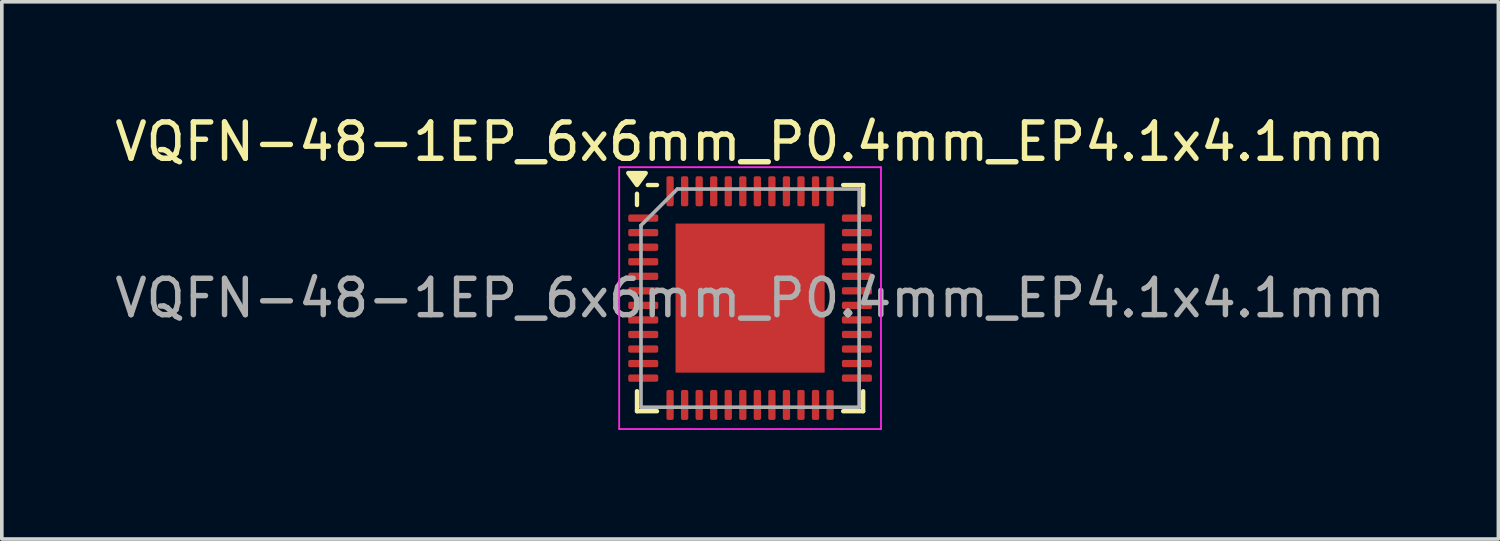
<source format=kicad_pcb>
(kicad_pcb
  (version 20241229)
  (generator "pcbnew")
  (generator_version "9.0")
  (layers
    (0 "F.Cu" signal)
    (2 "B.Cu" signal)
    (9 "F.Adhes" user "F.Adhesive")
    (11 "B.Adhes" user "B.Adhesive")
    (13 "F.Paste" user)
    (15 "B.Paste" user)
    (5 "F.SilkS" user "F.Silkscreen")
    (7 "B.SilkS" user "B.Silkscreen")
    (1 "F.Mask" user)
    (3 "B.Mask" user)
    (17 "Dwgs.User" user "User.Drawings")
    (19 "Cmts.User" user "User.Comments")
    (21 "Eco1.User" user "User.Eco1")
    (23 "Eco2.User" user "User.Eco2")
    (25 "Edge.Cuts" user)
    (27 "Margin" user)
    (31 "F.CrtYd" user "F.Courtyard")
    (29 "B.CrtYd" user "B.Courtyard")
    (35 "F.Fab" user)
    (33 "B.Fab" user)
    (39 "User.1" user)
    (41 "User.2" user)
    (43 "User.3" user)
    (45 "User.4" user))
  (footprint "VQFN-48-1EP_6x6mm_P0.4mm_EP4.1x4.1mm"
    (layer "F.Cu")
    (at 17.577 5.148)
    (property "Reference" "VQFN-48-1EP_6x6mm_P0.4mm_EP4.1x4.1mm" (at 0 -4.3 0) (layer "F.SilkS") (effects (font (size 1 1) (thickness 0.15))))
    (attr smd)
    (fp_line (start -3.11 -2.56) (end -3.11 -2.87) (stroke (width 0.12) (type solid)) (layer "F.SilkS"))
    (fp_line (start -3.11 3.11) (end -3.11 2.56) (stroke (width 0.12) (type solid)) (layer "F.SilkS"))
    (fp_line (start -2.56 -3.11) (end -2.81 -3.11) (stroke (width 0.12) (type solid)) (layer "F.SilkS"))
    (fp_line (start -2.56 3.11) (end -3.11 3.11) (stroke (width 0.12) (type solid)) (layer "F.SilkS"))
    (fp_line (start 2.56 -3.11) (end 3.11 -3.11) (stroke (width 0.12) (type solid)) (layer "F.SilkS"))
    (fp_line (start 2.56 3.11) (end 3.11 3.11) (stroke (width 0.12) (type solid)) (layer "F.SilkS"))
    (fp_line (start 3.11 -3.11) (end 3.11 -2.56) (stroke (width 0.12) (type solid)) (layer "F.SilkS"))
    (fp_line (start 3.11 3.11) (end 3.11 2.56) (stroke (width 0.12) (type solid)) (layer "F.SilkS"))
    (fp_poly (pts (xy -3.11 -3.11) (xy -3.35 -3.44) (xy -2.87 -3.44) (xy -3.11 -3.11)) (stroke (width 0.12) (type solid)) (fill yes) (layer "F.SilkS"))
    (fp_line (start -3.6 -3.6) (end -3.6 3.6) (stroke (width 0.05) (type solid)) (layer "F.CrtYd"))
    (fp_line (start -3.6 3.6) (end 3.6 3.6) (stroke (width 0.05) (type solid)) (layer "F.CrtYd"))
    (fp_line (start 3.6 -3.6) (end -3.6 -3.6) (stroke (width 0.05) (type solid)) (layer "F.CrtYd"))
    (fp_line (start 3.6 3.6) (end 3.6 -3.6) (stroke (width 0.05) (type solid)) (layer "F.CrtYd"))
    (fp_line (start -3 -2) (end -2 -3) (stroke (width 0.1) (type solid)) (layer "F.Fab"))
    (fp_line (start -3 3) (end -3 -2) (stroke (width 0.1) (type solid)) (layer "F.Fab"))
    (fp_line (start -2 -3) (end 3 -3) (stroke (width 0.1) (type solid)) (layer "F.Fab"))
    (fp_line (start 3 -3) (end 3 3) (stroke (width 0.1) (type solid)) (layer "F.Fab"))
    (fp_line (start 3 3) (end -3 3) (stroke (width 0.1) (type solid)) (layer "F.Fab"))
    (fp_text user "${REFERENCE}" (at 0 0 0) (layer "F.Fab") (effects (font (size 1 1) (thickness 0.15))))
    (pad "" smd roundrect (at -1.37 -1.37) (size 1.1 1.1) (layers "F.Paste") (roundrect_rratio 0.227))
    (pad "" smd roundrect (at -1.37 0) (size 1.1 1.1) (layers "F.Paste") (roundrect_rratio 0.227))
    (pad "" smd roundrect (at -1.37 1.37) (size 1.1 1.1) (layers "F.Paste") (roundrect_rratio 0.227))
    (pad "" smd roundrect (at 0 -1.37) (size 1.1 1.1) (layers "F.Paste") (roundrect_rratio 0.227))
    (pad "" smd roundrect (at 0 0) (size 1.1 1.1) (layers "F.Paste") (roundrect_rratio 0.227))
    (pad "" smd roundrect (at 0 1.37) (size 1.1 1.1) (layers "F.Paste") (roundrect_rratio 0.227))
    (pad "" smd roundrect (at 1.37 -1.37) (size 1.1 1.1) (layers "F.Paste") (roundrect_rratio 0.227))
    (pad "" smd roundrect (at 1.37 0) (size 1.1 1.1) (layers "F.Paste") (roundrect_rratio 0.227))
    (pad "" smd roundrect (at 1.37 1.37) (size 1.1 1.1) (layers "F.Paste") (roundrect_rratio 0.227))
    (pad "1" smd roundrect (at -2.938 -2.2) (size 0.825 0.2) (layers "F.Cu" "F.Mask" "F.Paste") (roundrect_rratio 0.25))
    (pad "2" smd roundrect (at -2.938 -1.8) (size 0.825 0.2) (layers "F.Cu" "F.Mask" "F.Paste") (roundrect_rratio 0.25))
    (pad "3" smd roundrect (at -2.938 -1.4) (size 0.825 0.2) (layers "F.Cu" "F.Mask" "F.Paste") (roundrect_rratio 0.25))
    (pad "4" smd roundrect (at -2.938 -1) (size 0.825 0.2) (layers "F.Cu" "F.Mask" "F.Paste") (roundrect_rratio 0.25))
    (pad "5" smd roundrect (at -2.938 -0.6) (size 0.825 0.2) (layers "F.Cu" "F.Mask" "F.Paste") (roundrect_rratio 0.25))
    (pad "6" smd roundrect (at -2.938 -0.2) (size 0.825 0.2) (layers "F.Cu" "F.Mask" "F.Paste") (roundrect_rratio 0.25))
    (pad "7" smd roundrect (at -2.938 0.2) (size 0.825 0.2) (layers "F.Cu" "F.Mask" "F.Paste") (roundrect_rratio 0.25))
    (pad "8" smd roundrect (at -2.938 0.6) (size 0.825 0.2) (layers "F.Cu" "F.Mask" "F.Paste") (roundrect_rratio 0.25))
    (pad "9" smd roundrect (at -2.938 1) (size 0.825 0.2) (layers "F.Cu" "F.Mask" "F.Paste") (roundrect_rratio 0.25))
    (pad "10" smd roundrect (at -2.938 1.4) (size 0.825 0.2) (layers "F.Cu" "F.Mask" "F.Paste") (roundrect_rratio 0.25))
    (pad "11" smd roundrect (at -2.938 1.8) (size 0.825 0.2) (layers "F.Cu" "F.Mask" "F.Paste") (roundrect_rratio 0.25))
    (pad "12" smd roundrect (at -2.938 2.2) (size 0.825 0.2) (layers "F.Cu" "F.Mask" "F.Paste") (roundrect_rratio 0.25))
    (pad "13" smd roundrect (at -2.2 2.938) (size 0.2 0.825) (layers "F.Cu" "F.Mask" "F.Paste") (roundrect_rratio 0.25))
    (pad "14" smd roundrect (at -1.8 2.938) (size 0.2 0.825) (layers "F.Cu" "F.Mask" "F.Paste") (roundrect_rratio 0.25))
    (pad "15" smd roundrect (at -1.4 2.938) (size 0.2 0.825) (layers "F.Cu" "F.Mask" "F.Paste") (roundrect_rratio 0.25))
    (pad "16" smd roundrect (at -1 2.938) (size 0.2 0.825) (layers "F.Cu" "F.Mask" "F.Paste") (roundrect_rratio 0.25))
    (pad "17" smd roundrect (at -0.6 2.938) (size 0.2 0.825) (layers "F.Cu" "F.Mask" "F.Paste") (roundrect_rratio 0.25))
    (pad "18" smd roundrect (at -0.2 2.938) (size 0.2 0.825) (layers "F.Cu" "F.Mask" "F.Paste") (roundrect_rratio 0.25))
    (pad "19" smd roundrect (at 0.2 2.938) (size 0.2 0.825) (layers "F.Cu" "F.Mask" "F.Paste") (roundrect_rratio 0.25))
    (pad "20" smd roundrect (at 0.6 2.938) (size 0.2 0.825) (layers "F.Cu" "F.Mask" "F.Paste") (roundrect_rratio 0.25))
    (pad "21" smd roundrect (at 1 2.938) (size 0.2 0.825) (layers "F.Cu" "F.Mask" "F.Paste") (roundrect_rratio 0.25))
    (pad "22" smd roundrect (at 1.4 2.938) (size 0.2 0.825) (layers "F.Cu" "F.Mask" "F.Paste") (roundrect_rratio 0.25))
    (pad "23" smd roundrect (at 1.8 2.938) (size 0.2 0.825) (layers "F.Cu" "F.Mask" "F.Paste") (roundrect_rratio 0.25))
    (pad "24" smd roundrect (at 2.2 2.938) (size 0.2 0.825) (layers "F.Cu" "F.Mask" "F.Paste") (roundrect_rratio 0.25))
    (pad "25" smd roundrect (at 2.938 2.2) (size 0.825 0.2) (layers "F.Cu" "F.Mask" "F.Paste") (roundrect_rratio 0.25))
    (pad "26" smd roundrect (at 2.938 1.8) (size 0.825 0.2) (layers "F.Cu" "F.Mask" "F.Paste") (roundrect_rratio 0.25))
    (pad "27" smd roundrect (at 2.938 1.4) (size 0.825 0.2) (layers "F.Cu" "F.Mask" "F.Paste") (roundrect_rratio 0.25))
    (pad "28" smd roundrect (at 2.938 1) (size 0.825 0.2) (layers "F.Cu" "F.Mask" "F.Paste") (roundrect_rratio 0.25))
    (pad "29" smd roundrect (at 2.938 0.6) (size 0.825 0.2) (layers "F.Cu" "F.Mask" "F.Paste") (roundrect_rratio 0.25))
    (pad "30" smd roundrect (at 2.938 0.2) (size 0.825 0.2) (layers "F.Cu" "F.Mask" "F.Paste") (roundrect_rratio 0.25))
    (pad "31" smd roundrect (at 2.938 -0.2) (size 0.825 0.2) (layers "F.Cu" "F.Mask" "F.Paste") (roundrect_rratio 0.25))
    (pad "32" smd roundrect (at 2.938 -0.6) (size 0.825 0.2) (layers "F.Cu" "F.Mask" "F.Paste") (roundrect_rratio 0.25))
    (pad "33" smd roundrect (at 2.938 -1) (size 0.825 0.2) (layers "F.Cu" "F.Mask" "F.Paste") (roundrect_rratio 0.25))
    (pad "34" smd roundrect (at 2.938 -1.4) (size 0.825 0.2) (layers "F.Cu" "F.Mask" "F.Paste") (roundrect_rratio 0.25))
    (pad "35" smd roundrect (at 2.938 -1.8) (size 0.825 0.2) (layers "F.Cu" "F.Mask" "F.Paste") (roundrect_rratio 0.25))
    (pad "36" smd roundrect (at 2.938 -2.2) (size 0.825 0.2) (layers "F.Cu" "F.Mask" "F.Paste") (roundrect_rratio 0.25))
    (pad "37" smd roundrect (at 2.2 -2.938) (size 0.2 0.825) (layers "F.Cu" "F.Mask" "F.Paste") (roundrect_rratio 0.25))
    (pad "38" smd roundrect (at 1.8 -2.938) (size 0.2 0.825) (layers "F.Cu" "F.Mask" "F.Paste") (roundrect_rratio 0.25))
    (pad "39" smd roundrect (at 1.4 -2.938) (size 0.2 0.825) (layers "F.Cu" "F.Mask" "F.Paste") (roundrect_rratio 0.25))
    (pad "40" smd roundrect (at 1 -2.938) (size 0.2 0.825) (layers "F.Cu" "F.Mask" "F.Paste") (roundrect_rratio 0.25))
    (pad "41" smd roundrect (at 0.6 -2.938) (size 0.2 0.825) (layers "F.Cu" "F.Mask" "F.Paste") (roundrect_rratio 0.25))
    (pad "42" smd roundrect (at 0.2 -2.938) (size 0.2 0.825) (layers "F.Cu" "F.Mask" "F.Paste") (roundrect_rratio 0.25))
    (pad "43" smd roundrect (at -0.2 -2.938) (size 0.2 0.825) (layers "F.Cu" "F.Mask" "F.Paste") (roundrect_rratio 0.25))
    (pad "44" smd roundrect (at -0.6 -2.938) (size 0.2 0.825) (layers "F.Cu" "F.Mask" "F.Paste") (roundrect_rratio 0.25))
    (pad "45" smd roundrect (at -1 -2.938) (size 0.2 0.825) (layers "F.Cu" "F.Mask" "F.Paste") (roundrect_rratio 0.25))
    (pad "46" smd roundrect (at -1.4 -2.938) (size 0.2 0.825) (layers "F.Cu" "F.Mask" "F.Paste") (roundrect_rratio 0.25))
    (pad "47" smd roundrect (at -1.8 -2.938) (size 0.2 0.825) (layers "F.Cu" "F.Mask" "F.Paste") (roundrect_rratio 0.25))
    (pad "48" smd roundrect (at -2.2 -2.938) (size 0.2 0.825) (layers "F.Cu" "F.Mask" "F.Paste") (roundrect_rratio 0.25))
    (pad "49" smd rect (at 0 0) (size 4.1 4.1) (property pad_prop_heatsink) (layers "F.Cu" "F.Mask")))
  (gr_rect
    (start -3 -3)
    (end 38.155 11.773)
    (stroke (width 0.1) (type default))
    (fill no)
    (layer "Edge.Cuts")))
</source>
